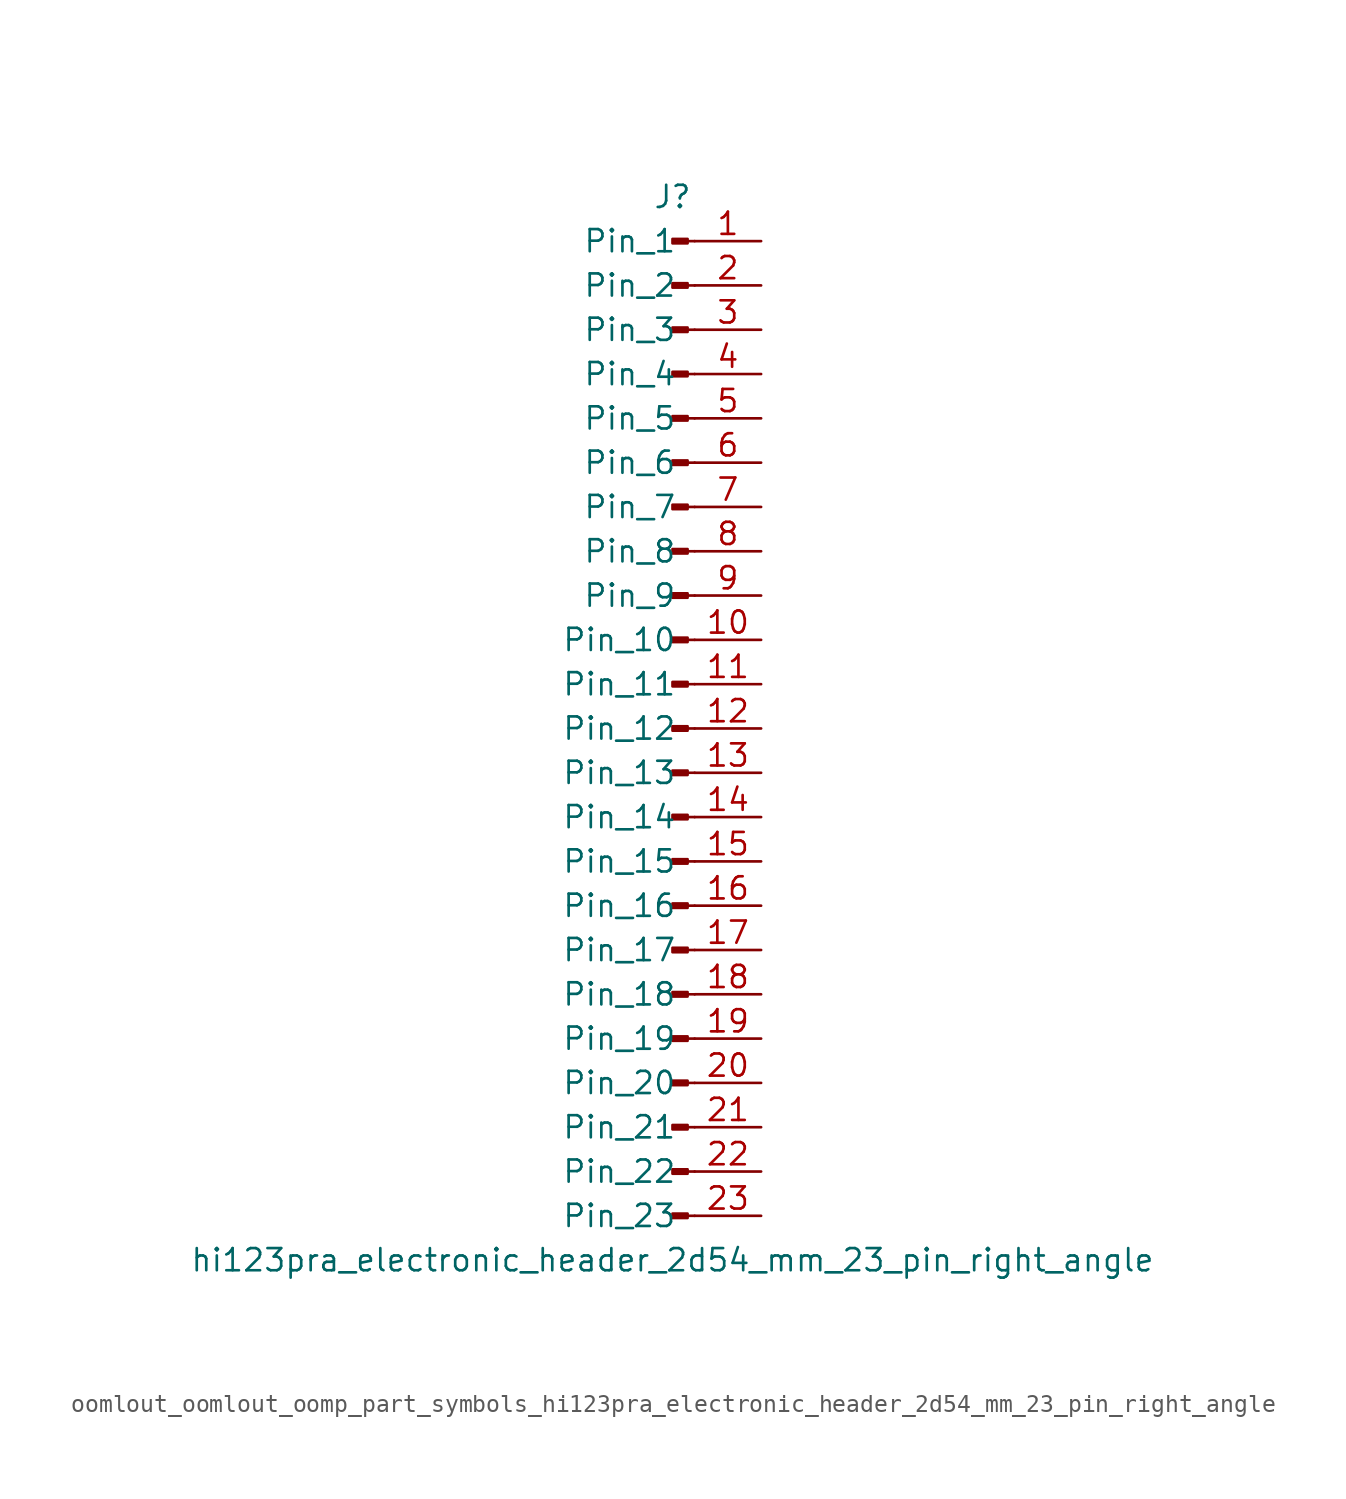
<source format=kicad_sym>
(kicad_symbol_lib
  (version 20220914)
  (generator kicad_symbol_editor)
  (symbol "oomlout_oomlout_oomp_part_symbols_hi123pra_electronic_header_2d54_mm_23_pin_right_angle"
    (pin_names
      (offset 1.016))
    (property "Reference" "J"
      (at 0 30.48 0)
      (effects (font (size 1.27 1.27))))
    (property "Value" "hi123pra_electronic_header_2d54_mm_23_pin_right_angle"
      (at 0 -30.48 0)
      (effects (font (size 1.27 1.27))))
    (property "ki_locked" ""
      (at 0 0 0)
      (effects (font (size 1.27 1.27))))
    (symbol "oomlout_oomlout_oomp_part_symbols_hi123pra_electronic_header_2d54_mm_23_pin_right_angle_1_1"
      (polyline (pts (xy 1.27 -27.94) (xy 0.864 -27.94)) (stroke (width 0.152) (type default)) (fill (type none)))
      (polyline (pts (xy 1.27 -25.4) (xy 0.864 -25.4)) (stroke (width 0.152) (type default)) (fill (type none)))
      (polyline (pts (xy 1.27 -22.86) (xy 0.864 -22.86)) (stroke (width 0.152) (type default)) (fill (type none)))
      (polyline (pts (xy 1.27 -20.32) (xy 0.864 -20.32)) (stroke (width 0.152) (type default)) (fill (type none)))
      (polyline (pts (xy 1.27 -17.78) (xy 0.864 -17.78)) (stroke (width 0.152) (type default)) (fill (type none)))
      (polyline (pts (xy 1.27 -15.24) (xy 0.864 -15.24)) (stroke (width 0.152) (type default)) (fill (type none)))
      (polyline (pts (xy 1.27 -12.7) (xy 0.864 -12.7)) (stroke (width 0.152) (type default)) (fill (type none)))
      (polyline (pts (xy 1.27 -10.16) (xy 0.864 -10.16)) (stroke (width 0.152) (type default)) (fill (type none)))
      (polyline (pts (xy 1.27 -7.62) (xy 0.864 -7.62)) (stroke (width 0.152) (type default)) (fill (type none)))
      (polyline (pts (xy 1.27 -5.08) (xy 0.864 -5.08)) (stroke (width 0.152) (type default)) (fill (type none)))
      (polyline (pts (xy 1.27 -2.54) (xy 0.864 -2.54)) (stroke (width 0.152) (type default)) (fill (type none)))
      (polyline (pts (xy 1.27 0) (xy 0.864 0)) (stroke (width 0.152) (type default)) (fill (type none)))
      (polyline (pts (xy 1.27 2.54) (xy 0.864 2.54)) (stroke (width 0.152) (type default)) (fill (type none)))
      (polyline (pts (xy 1.27 5.08) (xy 0.864 5.08)) (stroke (width 0.152) (type default)) (fill (type none)))
      (polyline (pts (xy 1.27 7.62) (xy 0.864 7.62)) (stroke (width 0.152) (type default)) (fill (type none)))
      (polyline (pts (xy 1.27 10.16) (xy 0.864 10.16)) (stroke (width 0.152) (type default)) (fill (type none)))
      (polyline (pts (xy 1.27 12.7) (xy 0.864 12.7)) (stroke (width 0.152) (type default)) (fill (type none)))
      (polyline (pts (xy 1.27 15.24) (xy 0.864 15.24)) (stroke (width 0.152) (type default)) (fill (type none)))
      (polyline (pts (xy 1.27 17.78) (xy 0.864 17.78)) (stroke (width 0.152) (type default)) (fill (type none)))
      (polyline (pts (xy 1.27 20.32) (xy 0.864 20.32)) (stroke (width 0.152) (type default)) (fill (type none)))
      (polyline (pts (xy 1.27 22.86) (xy 0.864 22.86)) (stroke (width 0.152) (type default)) (fill (type none)))
      (polyline (pts (xy 1.27 25.4) (xy 0.864 25.4)) (stroke (width 0.152) (type default)) (fill (type none)))
      (polyline (pts (xy 1.27 27.94) (xy 0.864 27.94)) (stroke (width 0.152) (type default)) (fill (type none)))
      (rectangle (start 0.864 -27.813) (end 0 -28.067) (stroke (width 0.152) (type default)) (fill (type outline)))
      (rectangle (start 0.864 -25.273) (end 0 -25.527) (stroke (width 0.152) (type default)) (fill (type outline)))
      (rectangle (start 0.864 -22.733) (end 0 -22.987) (stroke (width 0.152) (type default)) (fill (type outline)))
      (rectangle (start 0.864 -20.193) (end 0 -20.447) (stroke (width 0.152) (type default)) (fill (type outline)))
      (rectangle (start 0.864 -17.653) (end 0 -17.907) (stroke (width 0.152) (type default)) (fill (type outline)))
      (rectangle (start 0.864 -15.113) (end 0 -15.367) (stroke (width 0.152) (type default)) (fill (type outline)))
      (rectangle (start 0.864 -12.573) (end 0 -12.827) (stroke (width 0.152) (type default)) (fill (type outline)))
      (rectangle (start 0.864 -10.033) (end 0 -10.287) (stroke (width 0.152) (type default)) (fill (type outline)))
      (rectangle (start 0.864 -7.493) (end 0 -7.747) (stroke (width 0.152) (type default)) (fill (type outline)))
      (rectangle (start 0.864 -4.953) (end 0 -5.207) (stroke (width 0.152) (type default)) (fill (type outline)))
      (rectangle (start 0.864 -2.413) (end 0 -2.667) (stroke (width 0.152) (type default)) (fill (type outline)))
      (rectangle (start 0.864 0.127) (end 0 -0.127) (stroke (width 0.152) (type default)) (fill (type outline)))
      (rectangle (start 0.864 2.667) (end 0 2.413) (stroke (width 0.152) (type default)) (fill (type outline)))
      (rectangle (start 0.864 5.207) (end 0 4.953) (stroke (width 0.152) (type default)) (fill (type outline)))
      (rectangle (start 0.864 7.747) (end 0 7.493) (stroke (width 0.152) (type default)) (fill (type outline)))
      (rectangle (start 0.864 10.287) (end 0 10.033) (stroke (width 0.152) (type default)) (fill (type outline)))
      (rectangle (start 0.864 12.827) (end 0 12.573) (stroke (width 0.152) (type default)) (fill (type outline)))
      (rectangle (start 0.864 15.367) (end 0 15.113) (stroke (width 0.152) (type default)) (fill (type outline)))
      (rectangle (start 0.864 17.907) (end 0 17.653) (stroke (width 0.152) (type default)) (fill (type outline)))
      (rectangle (start 0.864 20.447) (end 0 20.193) (stroke (width 0.152) (type default)) (fill (type outline)))
      (rectangle (start 0.864 22.987) (end 0 22.733) (stroke (width 0.152) (type default)) (fill (type outline)))
      (rectangle (start 0.864 25.527) (end 0 25.273) (stroke (width 0.152) (type default)) (fill (type outline)))
      (rectangle (start 0.864 28.067) (end 0 27.813) (stroke (width 0.152) (type default)) (fill (type outline)))
      (pin passive line (at 5.08 27.94 180) (length 3.81) (name "Pin_1" (effects (font (size 1.27 1.27)))) (number "1" (effects (font (size 1.27 1.27)))))
      (pin passive line (at 5.08 5.08 180) (length 3.81) (name "Pin_10" (effects (font (size 1.27 1.27)))) (number "10" (effects (font (size 1.27 1.27)))))
      (pin passive line (at 5.08 2.54 180) (length 3.81) (name "Pin_11" (effects (font (size 1.27 1.27)))) (number "11" (effects (font (size 1.27 1.27)))))
      (pin passive line (at 5.08 0 180) (length 3.81) (name "Pin_12" (effects (font (size 1.27 1.27)))) (number "12" (effects (font (size 1.27 1.27)))))
      (pin passive line (at 5.08 -2.54 180) (length 3.81) (name "Pin_13" (effects (font (size 1.27 1.27)))) (number "13" (effects (font (size 1.27 1.27)))))
      (pin passive line (at 5.08 -5.08 180) (length 3.81) (name "Pin_14" (effects (font (size 1.27 1.27)))) (number "14" (effects (font (size 1.27 1.27)))))
      (pin passive line (at 5.08 -7.62 180) (length 3.81) (name "Pin_15" (effects (font (size 1.27 1.27)))) (number "15" (effects (font (size 1.27 1.27)))))
      (pin passive line (at 5.08 -10.16 180) (length 3.81) (name "Pin_16" (effects (font (size 1.27 1.27)))) (number "16" (effects (font (size 1.27 1.27)))))
      (pin passive line (at 5.08 -12.7 180) (length 3.81) (name "Pin_17" (effects (font (size 1.27 1.27)))) (number "17" (effects (font (size 1.27 1.27)))))
      (pin passive line (at 5.08 -15.24 180) (length 3.81) (name "Pin_18" (effects (font (size 1.27 1.27)))) (number "18" (effects (font (size 1.27 1.27)))))
      (pin passive line (at 5.08 -17.78 180) (length 3.81) (name "Pin_19" (effects (font (size 1.27 1.27)))) (number "19" (effects (font (size 1.27 1.27)))))
      (pin passive line (at 5.08 25.4 180) (length 3.81) (name "Pin_2" (effects (font (size 1.27 1.27)))) (number "2" (effects (font (size 1.27 1.27)))))
      (pin passive line (at 5.08 -20.32 180) (length 3.81) (name "Pin_20" (effects (font (size 1.27 1.27)))) (number "20" (effects (font (size 1.27 1.27)))))
      (pin passive line (at 5.08 -22.86 180) (length 3.81) (name "Pin_21" (effects (font (size 1.27 1.27)))) (number "21" (effects (font (size 1.27 1.27)))))
      (pin passive line (at 5.08 -25.4 180) (length 3.81) (name "Pin_22" (effects (font (size 1.27 1.27)))) (number "22" (effects (font (size 1.27 1.27)))))
      (pin passive line (at 5.08 -27.94 180) (length 3.81) (name "Pin_23" (effects (font (size 1.27 1.27)))) (number "23" (effects (font (size 1.27 1.27)))))
      (pin passive line (at 5.08 22.86 180) (length 3.81) (name "Pin_3" (effects (font (size 1.27 1.27)))) (number "3" (effects (font (size 1.27 1.27)))))
      (pin passive line (at 5.08 20.32 180) (length 3.81) (name "Pin_4" (effects (font (size 1.27 1.27)))) (number "4" (effects (font (size 1.27 1.27)))))
      (pin passive line (at 5.08 17.78 180) (length 3.81) (name "Pin_5" (effects (font (size 1.27 1.27)))) (number "5" (effects (font (size 1.27 1.27)))))
      (pin passive line (at 5.08 15.24 180) (length 3.81) (name "Pin_6" (effects (font (size 1.27 1.27)))) (number "6" (effects (font (size 1.27 1.27)))))
      (pin passive line (at 5.08 12.7 180) (length 3.81) (name "Pin_7" (effects (font (size 1.27 1.27)))) (number "7" (effects (font (size 1.27 1.27)))))
      (pin passive line (at 5.08 10.16 180) (length 3.81) (name "Pin_8" (effects (font (size 1.27 1.27)))) (number "8" (effects (font (size 1.27 1.27)))))
      (pin passive line (at 5.08 7.62 180) (length 3.81) (name "Pin_9" (effects (font (size 1.27 1.27)))) (number "9" (effects (font (size 1.27 1.27))))))))
</source>
